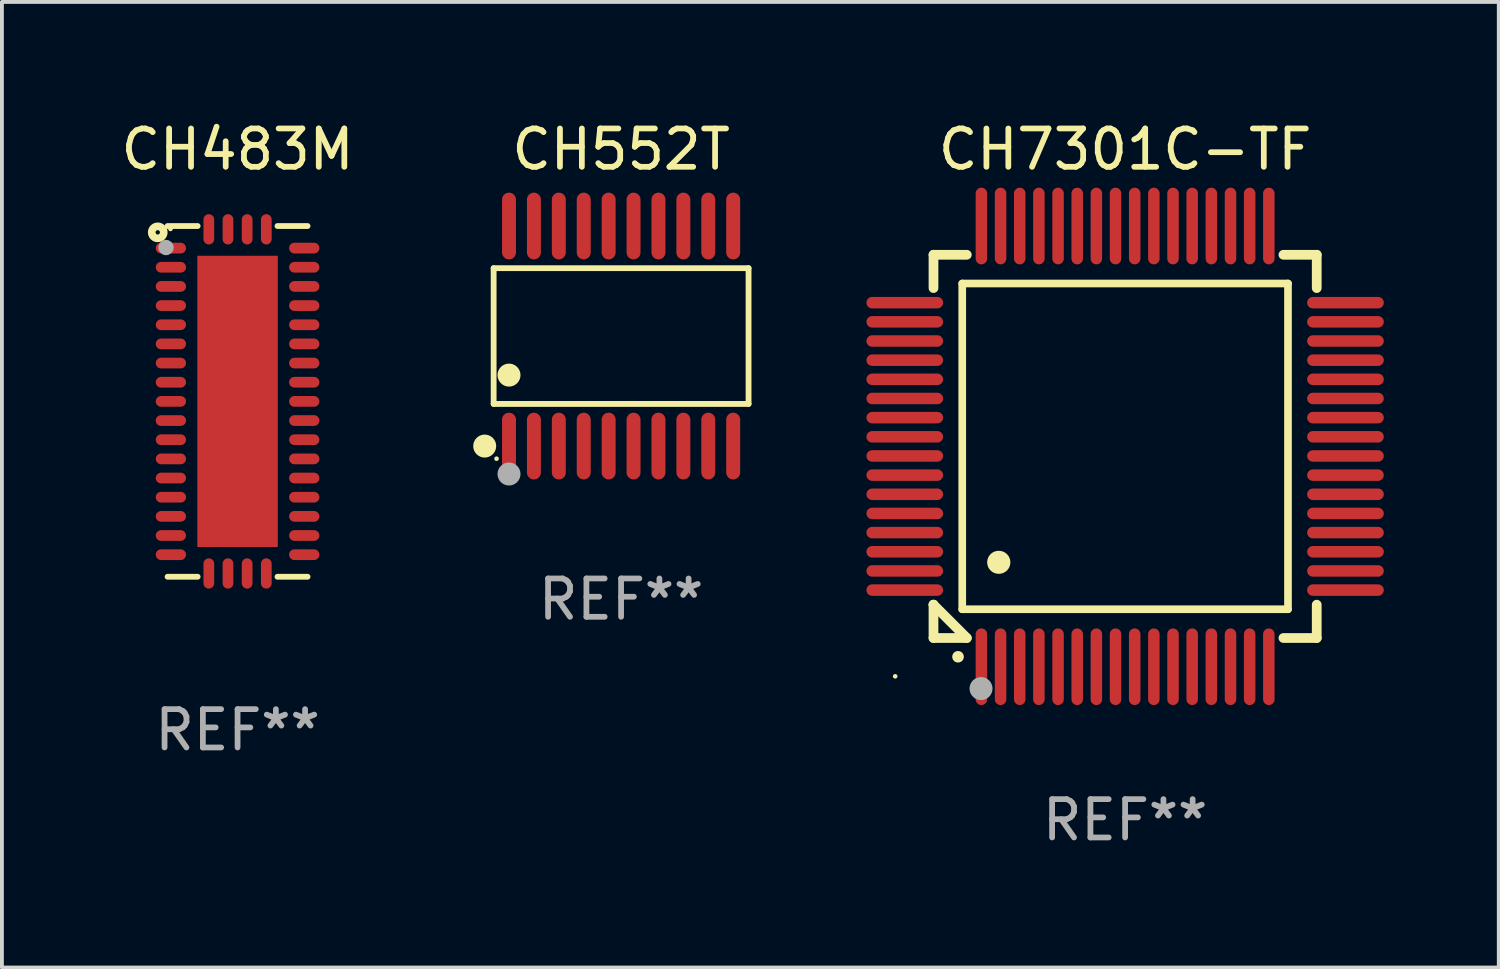
<source format=kicad_pcb>
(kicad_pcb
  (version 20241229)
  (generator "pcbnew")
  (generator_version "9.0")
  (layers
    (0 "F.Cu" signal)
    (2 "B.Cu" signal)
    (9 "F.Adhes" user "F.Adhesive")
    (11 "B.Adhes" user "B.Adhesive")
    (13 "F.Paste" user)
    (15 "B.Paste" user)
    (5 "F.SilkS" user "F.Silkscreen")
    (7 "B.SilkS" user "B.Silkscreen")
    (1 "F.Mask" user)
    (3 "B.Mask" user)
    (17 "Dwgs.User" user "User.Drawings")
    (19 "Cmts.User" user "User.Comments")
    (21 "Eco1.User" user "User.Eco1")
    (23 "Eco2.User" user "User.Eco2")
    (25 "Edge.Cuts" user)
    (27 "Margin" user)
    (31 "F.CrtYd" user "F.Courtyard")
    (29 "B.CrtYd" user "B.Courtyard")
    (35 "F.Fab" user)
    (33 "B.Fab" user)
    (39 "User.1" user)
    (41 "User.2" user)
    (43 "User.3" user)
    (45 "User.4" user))
  (footprint "CH7301C-TF"
    (layer "F.Cu")
    (at 26.309 8.598)
    (property "Reference" "CH7301C-TF" (at 0 -7.75 0) (layer "F.SilkS") (effects (font (size 1 1) (thickness 0.15))))
    (attr through_hole)
    (fp_line (start -5 -5) (end -4.131 -5) (stroke (width 0.254) (type solid)) (layer "F.SilkS"))
    (fp_line (start -5 -4.131) (end -5 -5) (stroke (width 0.254) (type solid)) (layer "F.SilkS"))
    (fp_line (start -5 4.131) (end -5 4.131) (stroke (width 0.254) (type solid)) (layer "F.SilkS"))
    (fp_line (start -5 5) (end -5 4.131) (stroke (width 0.254) (type solid)) (layer "F.SilkS"))
    (fp_line (start -5 4.131) (end -4.131 5) (stroke (width 0.254) (type solid)) (layer "F.SilkS"))
    (fp_line (start -4.25 -4.25) (end -4.25 4.25) (stroke (width 0.2) (type solid)) (layer "F.SilkS"))
    (fp_line (start -4.25 4.25) (end 4.25 4.25) (stroke (width 0.2) (type solid)) (layer "F.SilkS"))
    (fp_line (start -4.131 5) (end -5 5) (stroke (width 0.254) (type solid)) (layer "F.SilkS"))
    (fp_line (start 4.25 -4.25) (end -4.25 -4.25) (stroke (width 0.2) (type solid)) (layer "F.SilkS"))
    (fp_line (start 4.25 4.25) (end 4.25 -4.25) (stroke (width 0.2) (type solid)) (layer "F.SilkS"))
    (fp_line (start 5 -5) (end 4.131 -5) (stroke (width 0.254) (type solid)) (layer "F.SilkS"))
    (fp_line (start 5 -5) (end 5 -4.131) (stroke (width 0.254) (type solid)) (layer "F.SilkS"))
    (fp_line (start 5 4.131) (end 5 5) (stroke (width 0.254) (type solid)) (layer "F.SilkS"))
    (fp_line (start 5 5) (end 4.131 5) (stroke (width 0.254) (type solid)) (layer "F.SilkS"))
    (fp_arc (start -4.361265 5.489992) (mid -4.359995 5.489987) (end -4.358725 5.489992) (stroke (width 0.3) (type solid)) (layer "F.SilkS"))
    (fp_arc (start -3.299467 3.025146) (mid -3.296927 3.025135) (end -3.294387 3.025146) (stroke (width 0.6) (type solid)) (layer "F.SilkS"))
    (fp_circle (center -6 6) (end -5.97 6) (stroke (width 0.06) (type solid)) (fill no) (layer "F.SilkS"))
    (fp_circle (center -3.76 6.32) (end -3.61 6.32) (stroke (width 0.3) (type solid)) (fill no) (layer "F.Fab"))
    (fp_text user "REF**" (at 0 9.75 0) (layer "F.Fab") (effects (font (size 1 1) (thickness 0.15))))
    (pad "1" smd oval (at -3.75 5.75) (size 0.3 2) (layers "F.Cu" "F.Mask" "F.Paste"))
    (pad "2" smd oval (at -3.25 5.75) (size 0.3 2) (layers "F.Cu" "F.Mask" "F.Paste"))
    (pad "3" smd oval (at -2.75 5.75) (size 0.3 2) (layers "F.Cu" "F.Mask" "F.Paste"))
    (pad "4" smd oval (at -2.25 5.75) (size 0.3 2) (layers "F.Cu" "F.Mask" "F.Paste"))
    (pad "5" smd oval (at -1.75 5.75) (size 0.3 2) (layers "F.Cu" "F.Mask" "F.Paste"))
    (pad "6" smd oval (at -1.25 5.75) (size 0.3 2) (layers "F.Cu" "F.Mask" "F.Paste"))
    (pad "7" smd oval (at -0.75 5.75) (size 0.3 2) (layers "F.Cu" "F.Mask" "F.Paste"))
    (pad "8" smd oval (at -0.25 5.75) (size 0.3 2) (layers "F.Cu" "F.Mask" "F.Paste"))
    (pad "9" smd oval (at 0.25 5.75) (size 0.3 2) (layers "F.Cu" "F.Mask" "F.Paste"))
    (pad "10" smd oval (at 0.75 5.75) (size 0.3 2) (layers "F.Cu" "F.Mask" "F.Paste"))
    (pad "11" smd oval (at 1.25 5.75) (size 0.3 2) (layers "F.Cu" "F.Mask" "F.Paste"))
    (pad "12" smd oval (at 1.75 5.75) (size 0.3 2) (layers "F.Cu" "F.Mask" "F.Paste"))
    (pad "13" smd oval (at 2.25 5.75) (size 0.3 2) (layers "F.Cu" "F.Mask" "F.Paste"))
    (pad "14" smd oval (at 2.75 5.75) (size 0.3 2) (layers "F.Cu" "F.Mask" "F.Paste"))
    (pad "15" smd oval (at 3.25 5.75) (size 0.3 2) (layers "F.Cu" "F.Mask" "F.Paste"))
    (pad "16" smd oval (at 3.75 5.75) (size 0.3 2) (layers "F.Cu" "F.Mask" "F.Paste"))
    (pad "17" smd oval (at 5.75 3.75) (size 2 0.3) (layers "F.Cu" "F.Mask" "F.Paste"))
    (pad "18" smd oval (at 5.75 3.25) (size 2 0.3) (layers "F.Cu" "F.Mask" "F.Paste"))
    (pad "19" smd oval (at 5.75 2.75) (size 2 0.3) (layers "F.Cu" "F.Mask" "F.Paste"))
    (pad "20" smd oval (at 5.75 2.25) (size 2 0.3) (layers "F.Cu" "F.Mask" "F.Paste"))
    (pad "21" smd oval (at 5.75 1.75) (size 2 0.3) (layers "F.Cu" "F.Mask" "F.Paste"))
    (pad "22" smd oval (at 5.75 1.25) (size 2 0.3) (layers "F.Cu" "F.Mask" "F.Paste"))
    (pad "23" smd oval (at 5.75 0.75) (size 2 0.3) (layers "F.Cu" "F.Mask" "F.Paste"))
    (pad "24" smd oval (at 5.75 0.25) (size 2 0.3) (layers "F.Cu" "F.Mask" "F.Paste"))
    (pad "25" smd oval (at 5.75 -0.25) (size 2 0.3) (layers "F.Cu" "F.Mask" "F.Paste"))
    (pad "26" smd oval (at 5.75 -0.75) (size 2 0.3) (layers "F.Cu" "F.Mask" "F.Paste"))
    (pad "27" smd oval (at 5.75 -1.25) (size 2 0.3) (layers "F.Cu" "F.Mask" "F.Paste"))
    (pad "28" smd oval (at 5.75 -1.75) (size 2 0.3) (layers "F.Cu" "F.Mask" "F.Paste"))
    (pad "29" smd oval (at 5.75 -2.25) (size 2 0.3) (layers "F.Cu" "F.Mask" "F.Paste"))
    (pad "30" smd oval (at 5.75 -2.75) (size 2 0.3) (layers "F.Cu" "F.Mask" "F.Paste"))
    (pad "31" smd oval (at 5.75 -3.25) (size 2 0.3) (layers "F.Cu" "F.Mask" "F.Paste"))
    (pad "32" smd oval (at 5.75 -3.75) (size 2 0.3) (layers "F.Cu" "F.Mask" "F.Paste"))
    (pad "33" smd oval (at 3.75 -5.75) (size 0.3 2) (layers "F.Cu" "F.Mask" "F.Paste"))
    (pad "34" smd oval (at 3.25 -5.75) (size 0.3 2) (layers "F.Cu" "F.Mask" "F.Paste"))
    (pad "35" smd oval (at 2.75 -5.75) (size 0.3 2) (layers "F.Cu" "F.Mask" "F.Paste"))
    (pad "36" smd oval (at 2.25 -5.75) (size 0.3 2) (layers "F.Cu" "F.Mask" "F.Paste"))
    (pad "37" smd oval (at 1.75 -5.75) (size 0.3 2) (layers "F.Cu" "F.Mask" "F.Paste"))
    (pad "38" smd oval (at 1.25 -5.75) (size 0.3 2) (layers "F.Cu" "F.Mask" "F.Paste"))
    (pad "39" smd oval (at 0.75 -5.75) (size 0.3 2) (layers "F.Cu" "F.Mask" "F.Paste"))
    (pad "40" smd oval (at 0.25 -5.75) (size 0.3 2) (layers "F.Cu" "F.Mask" "F.Paste"))
    (pad "41" smd oval (at -0.25 -5.75) (size 0.3 2) (layers "F.Cu" "F.Mask" "F.Paste"))
    (pad "42" smd oval (at -0.75 -5.75) (size 0.3 2) (layers "F.Cu" "F.Mask" "F.Paste"))
    (pad "43" smd oval (at -1.25 -5.75) (size 0.3 2) (layers "F.Cu" "F.Mask" "F.Paste"))
    (pad "44" smd oval (at -1.75 -5.75) (size 0.3 2) (layers "F.Cu" "F.Mask" "F.Paste"))
    (pad "45" smd oval (at -2.25 -5.75) (size 0.3 2) (layers "F.Cu" "F.Mask" "F.Paste"))
    (pad "46" smd oval (at -2.75 -5.75) (size 0.3 2) (layers "F.Cu" "F.Mask" "F.Paste"))
    (pad "47" smd oval (at -3.25 -5.75) (size 0.3 2) (layers "F.Cu" "F.Mask" "F.Paste"))
    (pad "48" smd oval (at -3.75 -5.75) (size 0.3 2) (layers "F.Cu" "F.Mask" "F.Paste"))
    (pad "49" smd oval (at -5.75 -3.75) (size 2 0.3) (layers "F.Cu" "F.Mask" "F.Paste"))
    (pad "50" smd oval (at -5.75 -3.25) (size 2 0.3) (layers "F.Cu" "F.Mask" "F.Paste"))
    (pad "51" smd oval (at -5.75 -2.75) (size 2 0.3) (layers "F.Cu" "F.Mask" "F.Paste"))
    (pad "52" smd oval (at -5.75 -2.25) (size 2 0.3) (layers "F.Cu" "F.Mask" "F.Paste"))
    (pad "53" smd oval (at -5.75 -1.75) (size 2 0.3) (layers "F.Cu" "F.Mask" "F.Paste"))
    (pad "54" smd oval (at -5.75 -1.25) (size 2 0.3) (layers "F.Cu" "F.Mask" "F.Paste"))
    (pad "55" smd oval (at -5.75 -0.75) (size 2 0.3) (layers "F.Cu" "F.Mask" "F.Paste"))
    (pad "56" smd oval (at -5.75 -0.25) (size 2 0.3) (layers "F.Cu" "F.Mask" "F.Paste"))
    (pad "57" smd oval (at -5.75 0.25) (size 2 0.3) (layers "F.Cu" "F.Mask" "F.Paste"))
    (pad "58" smd oval (at -5.75 0.75) (size 2 0.3) (layers "F.Cu" "F.Mask" "F.Paste"))
    (pad "59" smd oval (at -5.75 1.25) (size 2 0.3) (layers "F.Cu" "F.Mask" "F.Paste"))
    (pad "60" smd oval (at -5.75 1.75) (size 2 0.3) (layers "F.Cu" "F.Mask" "F.Paste"))
    (pad "61" smd oval (at -5.75 2.25) (size 2 0.3) (layers "F.Cu" "F.Mask" "F.Paste"))
    (pad "62" smd oval (at -5.75 2.75) (size 2 0.3) (layers "F.Cu" "F.Mask" "F.Paste"))
    (pad "63" smd oval (at -5.75 3.25) (size 2 0.3) (layers "F.Cu" "F.Mask" "F.Paste"))
    (pad "64" smd oval (at -5.75 3.75) (size 2 0.3) (layers "F.Cu" "F.Mask" "F.Paste")))
  (footprint "CH552T"
    (layer "F.Cu")
    (at 13.157 5.719)
    (property "Reference" "CH552T" (at 0 -4.871 0) (layer "F.SilkS") (effects (font (size 1 1) (thickness 0.15))))
    (attr through_hole)
    (fp_line (start -3.326 -1.771) (end 3.326 -1.771) (stroke (width 0.152) (type solid)) (layer "F.SilkS"))
    (fp_line (start -3.326 1.771) (end -3.326 -1.771) (stroke (width 0.152) (type solid)) (layer "F.SilkS"))
    (fp_line (start 3.326 -1.771) (end 3.326 1.771) (stroke (width 0.152) (type solid)) (layer "F.SilkS"))
    (fp_line (start 3.326 1.771) (end -3.326 1.771) (stroke (width 0.152) (type solid)) (layer "F.SilkS"))
    (fp_circle (center -3.559 2.871) (end -3.409 2.871) (stroke (width 0.3) (type solid)) (fill no) (layer "F.SilkS"))
    (fp_circle (center -3.25 3.2) (end -3.22 3.2) (stroke (width 0.06) (type solid)) (fill no) (layer "F.SilkS"))
    (fp_circle (center -2.925 1.019) (end -2.775 1.019) (stroke (width 0.3) (type solid)) (fill no) (layer "F.SilkS"))
    (fp_circle (center -2.925 3.6) (end -2.775 3.6) (stroke (width 0.3) (type solid)) (fill no) (layer "F.Fab"))
    (fp_text user "REF**" (at 0 6.871 0) (layer "F.Fab") (effects (font (size 1 1) (thickness 0.15))))
    (pad "1" smd oval (at -2.925 2.871) (size 0.364 1.742) (layers "F.Cu" "F.Mask" "F.Paste"))
    (pad "2" smd oval (at -2.275 2.871) (size 0.364 1.742) (layers "F.Cu" "F.Mask" "F.Paste"))
    (pad "3" smd oval (at -1.625 2.871) (size 0.364 1.742) (layers "F.Cu" "F.Mask" "F.Paste"))
    (pad "4" smd oval (at -0.975 2.871) (size 0.364 1.742) (layers "F.Cu" "F.Mask" "F.Paste"))
    (pad "5" smd oval (at -0.325 2.871) (size 0.364 1.742) (layers "F.Cu" "F.Mask" "F.Paste"))
    (pad "6" smd oval (at 0.325 2.871) (size 0.364 1.742) (layers "F.Cu" "F.Mask" "F.Paste"))
    (pad "7" smd oval (at 0.975 2.871) (size 0.364 1.742) (layers "F.Cu" "F.Mask" "F.Paste"))
    (pad "8" smd oval (at 1.625 2.871) (size 0.364 1.742) (layers "F.Cu" "F.Mask" "F.Paste"))
    (pad "9" smd oval (at 2.275 2.871) (size 0.364 1.742) (layers "F.Cu" "F.Mask" "F.Paste"))
    (pad "10" smd oval (at 2.925 2.871) (size 0.364 1.742) (layers "F.Cu" "F.Mask" "F.Paste"))
    (pad "11" smd oval (at 2.925 -2.871) (size 0.364 1.742) (layers "F.Cu" "F.Mask" "F.Paste"))
    (pad "12" smd oval (at 2.275 -2.871) (size 0.364 1.742) (layers "F.Cu" "F.Mask" "F.Paste"))
    (pad "13" smd oval (at 1.625 -2.871) (size 0.364 1.742) (layers "F.Cu" "F.Mask" "F.Paste"))
    (pad "14" smd oval (at 0.975 -2.871) (size 0.364 1.742) (layers "F.Cu" "F.Mask" "F.Paste"))
    (pad "15" smd oval (at 0.325 -2.871) (size 0.364 1.742) (layers "F.Cu" "F.Mask" "F.Paste"))
    (pad "16" smd oval (at -0.325 -2.871) (size 0.364 1.742) (layers "F.Cu" "F.Mask" "F.Paste"))
    (pad "17" smd oval (at -0.975 -2.871) (size 0.364 1.742) (layers "F.Cu" "F.Mask" "F.Paste"))
    (pad "18" smd oval (at -1.625 -2.871) (size 0.364 1.742) (layers "F.Cu" "F.Mask" "F.Paste"))
    (pad "19" smd oval (at -2.275 -2.871) (size 0.364 1.742) (layers "F.Cu" "F.Mask" "F.Paste"))
    (pad "20" smd oval (at -2.925 -2.871) (size 0.364 1.742) (layers "F.Cu" "F.Mask" "F.Paste")))
  (footprint "CH483M"
    (layer "F.Cu")
    (at 3.149 7.424)
    (property "Reference" "CH483M" (at 0 -6.576 0) (layer "F.SilkS") (effects (font (size 1 1) (thickness 0.15))))
    (attr through_hole)
    (fp_line (start -1.826 -4.576) (end -1.042 -4.576) (stroke (width 0.152) (type solid)) (layer "F.SilkS"))
    (fp_line (start -1.826 4.576) (end -1.042 4.576) (stroke (width 0.152) (type solid)) (layer "F.SilkS"))
    (fp_line (start 1.826 -4.576) (end 1.042 -4.576) (stroke (width 0.152) (type solid)) (layer "F.SilkS"))
    (fp_line (start 1.826 4.576) (end 1.042 4.576) (stroke (width 0.152) (type solid)) (layer "F.SilkS"))
    (fp_circle (center -2.083 -4.411) (end -2.026 -4.411) (stroke (width 0.2) (type solid)) (fill no) (layer "F.SilkS"))
    (fp_circle (center -1.75 -4.5) (end -1.72 -4.5) (stroke (width 0.06) (type solid)) (fill no) (layer "F.SilkS"))
    (fp_circle (center -1.867 -4.015) (end -1.767 -4.015) (stroke (width 0.2) (type solid)) (fill no) (layer "F.Fab"))
    (fp_text user "REF**" (at 0 8.576 0) (layer "F.Fab") (effects (font (size 1 1) (thickness 0.15))))
    (pad "1" smd oval (at -1.74 -4) (size 0.79 0.28) (layers "F.Cu" "F.Mask" "F.Paste"))
    (pad "2" smd oval (at -1.74 -3.5) (size 0.79 0.28) (layers "F.Cu" "F.Mask" "F.Paste"))
    (pad "3" smd oval (at -1.74 -3) (size 0.79 0.28) (layers "F.Cu" "F.Mask" "F.Paste"))
    (pad "4" smd oval (at -1.74 -2.5) (size 0.79 0.28) (layers "F.Cu" "F.Mask" "F.Paste"))
    (pad "5" smd oval (at -1.74 -2) (size 0.79 0.28) (layers "F.Cu" "F.Mask" "F.Paste"))
    (pad "6" smd oval (at -1.74 -1.5) (size 0.79 0.28) (layers "F.Cu" "F.Mask" "F.Paste"))
    (pad "7" smd oval (at -1.74 -1) (size 0.79 0.28) (layers "F.Cu" "F.Mask" "F.Paste"))
    (pad "8" smd oval (at -1.74 -0.5) (size 0.79 0.28) (layers "F.Cu" "F.Mask" "F.Paste"))
    (pad "9" smd oval (at -1.74 0) (size 0.79 0.28) (layers "F.Cu" "F.Mask" "F.Paste"))
    (pad "10" smd oval (at -1.74 0.5) (size 0.79 0.28) (layers "F.Cu" "F.Mask" "F.Paste"))
    (pad "11" smd oval (at -1.74 1) (size 0.79 0.28) (layers "F.Cu" "F.Mask" "F.Paste"))
    (pad "12" smd oval (at -1.74 1.5) (size 0.79 0.28) (layers "F.Cu" "F.Mask" "F.Paste"))
    (pad "13" smd oval (at -1.74 2) (size 0.79 0.28) (layers "F.Cu" "F.Mask" "F.Paste"))
    (pad "14" smd oval (at -1.74 2.5) (size 0.79 0.28) (layers "F.Cu" "F.Mask" "F.Paste"))
    (pad "15" smd oval (at -1.74 3) (size 0.79 0.28) (layers "F.Cu" "F.Mask" "F.Paste"))
    (pad "16" smd oval (at -1.74 3.5) (size 0.79 0.28) (layers "F.Cu" "F.Mask" "F.Paste"))
    (pad "17" smd oval (at -1.74 4) (size 0.79 0.28) (layers "F.Cu" "F.Mask" "F.Paste"))
    (pad "18" smd oval (at -0.75 4.49) (size 0.28 0.79) (layers "F.Cu" "F.Mask" "F.Paste"))
    (pad "19" smd oval (at -0.25 4.49) (size 0.28 0.79) (layers "F.Cu" "F.Mask" "F.Paste"))
    (pad "20" smd oval (at 0.25 4.49) (size 0.28 0.79) (layers "F.Cu" "F.Mask" "F.Paste"))
    (pad "21" smd oval (at 0.75 4.49) (size 0.28 0.79) (layers "F.Cu" "F.Mask" "F.Paste"))
    (pad "22" smd oval (at 1.74 4) (size 0.79 0.28) (layers "F.Cu" "F.Mask" "F.Paste"))
    (pad "23" smd oval (at 1.74 3.5) (size 0.79 0.28) (layers "F.Cu" "F.Mask" "F.Paste"))
    (pad "24" smd oval (at 1.74 3) (size 0.79 0.28) (layers "F.Cu" "F.Mask" "F.Paste"))
    (pad "25" smd oval (at 1.74 2.5) (size 0.79 0.28) (layers "F.Cu" "F.Mask" "F.Paste"))
    (pad "26" smd oval (at 1.74 2) (size 0.79 0.28) (layers "F.Cu" "F.Mask" "F.Paste"))
    (pad "27" smd oval (at 1.74 1.5) (size 0.79 0.28) (layers "F.Cu" "F.Mask" "F.Paste"))
    (pad "28" smd oval (at 1.74 1) (size 0.79 0.28) (layers "F.Cu" "F.Mask" "F.Paste"))
    (pad "29" smd oval (at 1.74 0.5) (size 0.79 0.28) (layers "F.Cu" "F.Mask" "F.Paste"))
    (pad "30" smd oval (at 1.74 0) (size 0.79 0.28) (layers "F.Cu" "F.Mask" "F.Paste"))
    (pad "31" smd oval (at 1.74 -0.5) (size 0.79 0.28) (layers "F.Cu" "F.Mask" "F.Paste"))
    (pad "32" smd oval (at 1.74 -1) (size 0.79 0.28) (layers "F.Cu" "F.Mask" "F.Paste"))
    (pad "33" smd oval (at 1.74 -1.5) (size 0.79 0.28) (layers "F.Cu" "F.Mask" "F.Paste"))
    (pad "34" smd oval (at 1.74 -2) (size 0.79 0.28) (layers "F.Cu" "F.Mask" "F.Paste"))
    (pad "35" smd oval (at 1.74 -2.5) (size 0.79 0.28) (layers "F.Cu" "F.Mask" "F.Paste"))
    (pad "36" smd oval (at 1.74 -3) (size 0.79 0.28) (layers "F.Cu" "F.Mask" "F.Paste"))
    (pad "37" smd oval (at 1.74 -3.5) (size 0.79 0.28) (layers "F.Cu" "F.Mask" "F.Paste"))
    (pad "38" smd oval (at 1.74 -4) (size 0.79 0.28) (layers "F.Cu" "F.Mask" "F.Paste"))
    (pad "39" smd oval (at 0.75 -4.49) (size 0.28 0.79) (layers "F.Cu" "F.Mask" "F.Paste"))
    (pad "40" smd oval (at 0.25 -4.49) (size 0.28 0.79) (layers "F.Cu" "F.Mask" "F.Paste"))
    (pad "41" smd oval (at -0.25 -4.49) (size 0.28 0.79) (layers "F.Cu" "F.Mask" "F.Paste"))
    (pad "42" smd oval (at -0.75 -4.49) (size 0.28 0.79) (layers "F.Cu" "F.Mask" "F.Paste"))
    (pad "43" smd rect (at -0.000013 0) (size 2.1 7.6) (layers "F.Cu" "F.Mask" "F.Paste")))
  (gr_rect
    (start -3 -3)
    (end 36.059 22.196)
    (stroke (width 0.1) (type default))
    (fill no)
    (layer "Edge.Cuts")))
</source>
